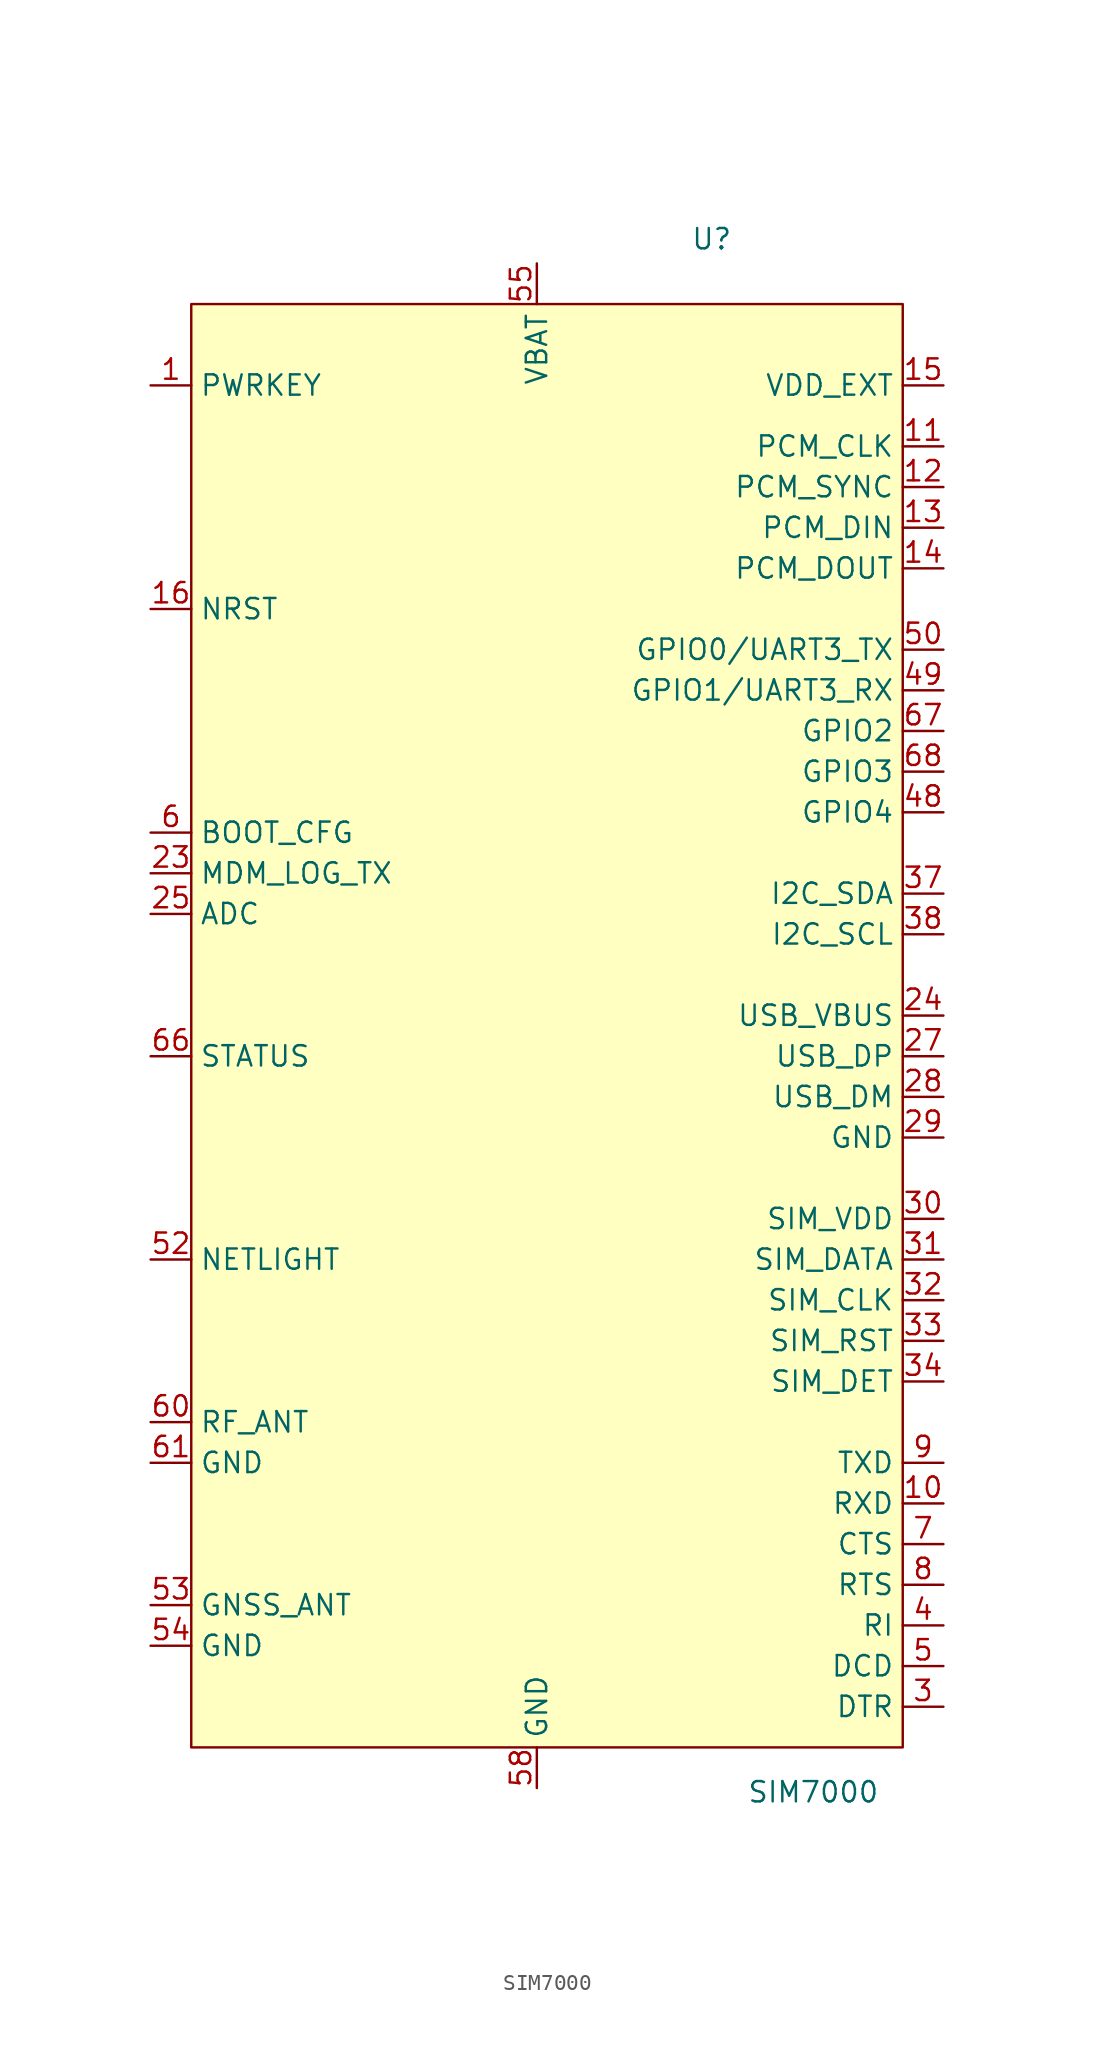
<source format=kicad_sym>
(kicad_symbol_lib
  (version 20231120)
  (generator "kicad_symbol_editor")
  (generator_version "8.0")
  (symbol "SIM7000"
    (property "Reference" "U"
      (at 22.352 6.604 0)
      (effects (font (size 1.27 1.27))))
    (property "Value" "SIM7000"
      (at 28.702 -90.424 0)
      (effects (font (size 1.27 1.27))))
    (symbol "SIM7000_1_1"
      (rectangle (start -10.16 2.54) (end 34.29 -87.63) (stroke (width 0) (type default)) (fill (type background)))
      (pin input line (at -12.7 -2.54 0) (length 2.54) (name "PWRKEY" (effects (font (size 1.27 1.27)))) (number "1" (effects (font (size 1.27 1.27)))))
      (pin input line (at 36.83 -72.39 180) (length 2.54) (name "RXD" (effects (font (size 1.27 1.27)))) (number "10" (effects (font (size 1.27 1.27)))))
      (pin input line (at 36.83 -6.35 180) (length 2.54) (name "PCM_CLK" (effects (font (size 1.27 1.27)))) (number "11" (effects (font (size 1.27 1.27)))))
      (pin input line (at 36.83 -8.89 180) (length 2.54) (name "PCM_SYNC" (effects (font (size 1.27 1.27)))) (number "12" (effects (font (size 1.27 1.27)))))
      (pin input line (at 36.83 -11.43 180) (length 2.54) (name "PCM_DIN" (effects (font (size 1.27 1.27)))) (number "13" (effects (font (size 1.27 1.27)))))
      (pin input line (at 36.83 -13.97 180) (length 2.54) (name "PCM_DOUT" (effects (font (size 1.27 1.27)))) (number "14" (effects (font (size 1.27 1.27)))))
      (pin input line (at 36.83 -2.54 180) (length 2.54) (name "VDD_EXT" (effects (font (size 1.27 1.27)))) (number "15" (effects (font (size 1.27 1.27)))))
      (pin input line (at -12.7 -16.51 0) (length 2.54) (name "NRST" (effects (font (size 1.27 1.27)))) (number "16" (effects (font (size 1.27 1.27)))))
      (pin input line (at 11.43 -90.17 90) (length 2.54) hide (name "GND" (effects (font (size 1.27 1.27)))) (number "17" (effects (font (size 1.27 1.27)))))
      (pin input line (at 11.43 -90.17 90) (length 2.54) hide (name "GND" (effects (font (size 1.27 1.27)))) (number "18" (effects (font (size 1.27 1.27)))))
      (pin no_connect line (at -12.7 -85.09 0) (length 2.54) hide (name "NC" (effects (font (size 1.27 1.27)))) (number "19" (effects (font (size 1.27 1.27)))))
      (pin input line (at 11.43 -90.17 90) (length 2.54) hide (name "GND" (effects (font (size 1.27 1.27)))) (number "2" (effects (font (size 1.27 1.27)))))
      (pin no_connect line (at -12.7 -85.09 0) (length 2.54) hide (name "NC" (effects (font (size 1.27 1.27)))) (number "20" (effects (font (size 1.27 1.27)))))
      (pin no_connect line (at -12.7 -85.09 0) (length 2.54) hide (name "NC" (effects (font (size 1.27 1.27)))) (number "21" (effects (font (size 1.27 1.27)))))
      (pin no_connect line (at -12.7 -85.09 0) (length 2.54) hide (name "NC" (effects (font (size 1.27 1.27)))) (number "22" (effects (font (size 1.27 1.27)))))
      (pin input line (at -12.7 -33.02 0) (length 2.54) (name "MDM_LOG_TX" (effects (font (size 1.27 1.27)))) (number "23" (effects (font (size 1.27 1.27)))))
      (pin input line (at 36.83 -41.91 180) (length 2.54) (name "USB_VBUS" (effects (font (size 1.27 1.27)))) (number "24" (effects (font (size 1.27 1.27)))))
      (pin input line (at -12.7 -35.56 0) (length 2.54) (name "ADC" (effects (font (size 1.27 1.27)))) (number "25" (effects (font (size 1.27 1.27)))))
      (pin no_connect line (at -12.7 -85.09 0) (length 2.54) hide (name "NC" (effects (font (size 1.27 1.27)))) (number "26" (effects (font (size 1.27 1.27)))))
      (pin input line (at 36.83 -44.45 180) (length 2.54) (name "USB_DP" (effects (font (size 1.27 1.27)))) (number "27" (effects (font (size 1.27 1.27)))))
      (pin input line (at 36.83 -46.99 180) (length 2.54) (name "USB_DM" (effects (font (size 1.27 1.27)))) (number "28" (effects (font (size 1.27 1.27)))))
      (pin input line (at 36.83 -49.53 180) (length 2.54) (name "GND" (effects (font (size 1.27 1.27)))) (number "29" (effects (font (size 1.27 1.27)))))
      (pin input line (at 36.83 -85.09 180) (length 2.54) (name "DTR" (effects (font (size 1.27 1.27)))) (number "3" (effects (font (size 1.27 1.27)))))
      (pin input line (at 36.83 -54.61 180) (length 2.54) (name "SIM_VDD" (effects (font (size 1.27 1.27)))) (number "30" (effects (font (size 1.27 1.27)))))
      (pin input line (at 36.83 -57.15 180) (length 2.54) (name "SIM_DATA" (effects (font (size 1.27 1.27)))) (number "31" (effects (font (size 1.27 1.27)))))
      (pin input line (at 36.83 -59.69 180) (length 2.54) (name "SIM_CLK" (effects (font (size 1.27 1.27)))) (number "32" (effects (font (size 1.27 1.27)))))
      (pin input line (at 36.83 -62.23 180) (length 2.54) (name "SIM_RST" (effects (font (size 1.27 1.27)))) (number "33" (effects (font (size 1.27 1.27)))))
      (pin input line (at 36.83 -64.77 180) (length 2.54) (name "SIM_DET" (effects (font (size 1.27 1.27)))) (number "34" (effects (font (size 1.27 1.27)))))
      (pin no_connect line (at -12.7 -85.09 0) (length 2.54) hide (name "NC" (effects (font (size 1.27 1.27)))) (number "35" (effects (font (size 1.27 1.27)))))
      (pin no_connect line (at -12.7 -85.09 0) (length 2.54) hide (name "NC" (effects (font (size 1.27 1.27)))) (number "36" (effects (font (size 1.27 1.27)))))
      (pin input line (at 36.83 -34.29 180) (length 2.54) (name "I2C_SDA" (effects (font (size 1.27 1.27)))) (number "37" (effects (font (size 1.27 1.27)))))
      (pin input line (at 36.83 -36.83 180) (length 2.54) (name "I2C_SCL" (effects (font (size 1.27 1.27)))) (number "38" (effects (font (size 1.27 1.27)))))
      (pin input line (at 11.43 -90.17 90) (length 2.54) hide (name "GND" (effects (font (size 1.27 1.27)))) (number "39" (effects (font (size 1.27 1.27)))))
      (pin input line (at 36.83 -80.01 180) (length 2.54) (name "RI" (effects (font (size 1.27 1.27)))) (number "4" (effects (font (size 1.27 1.27)))))
      (pin no_connect line (at -12.7 -85.09 0) (length 2.54) hide (name "NC" (effects (font (size 1.27 1.27)))) (number "40" (effects (font (size 1.27 1.27)))))
      (pin no_connect line (at -12.7 -85.09 0) (length 2.54) hide (name "NC" (effects (font (size 1.27 1.27)))) (number "41" (effects (font (size 1.27 1.27)))))
      (pin no_connect line (at -12.7 -85.09 0) (length 2.54) hide (name "NC" (effects (font (size 1.27 1.27)))) (number "42" (effects (font (size 1.27 1.27)))))
      (pin no_connect line (at -12.7 -85.09 0) (length 2.54) hide (name "NC" (effects (font (size 1.27 1.27)))) (number "43" (effects (font (size 1.27 1.27)))))
      (pin no_connect line (at -12.7 -85.09 0) (length 2.54) hide (name "NC" (effects (font (size 1.27 1.27)))) (number "44" (effects (font (size 1.27 1.27)))))
      (pin input line (at 11.43 -90.17 90) (length 2.54) hide (name "GND" (effects (font (size 1.27 1.27)))) (number "45" (effects (font (size 1.27 1.27)))))
      (pin input line (at 11.43 -90.17 90) (length 2.54) hide (name "GND" (effects (font (size 1.27 1.27)))) (number "46" (effects (font (size 1.27 1.27)))))
      (pin no_connect line (at -12.7 -85.09 0) (length 2.54) hide (name "NC" (effects (font (size 1.27 1.27)))) (number "47" (effects (font (size 1.27 1.27)))))
      (pin input line (at 36.83 -29.21 180) (length 2.54) (name "GPIO4" (effects (font (size 1.27 1.27)))) (number "48" (effects (font (size 1.27 1.27)))))
      (pin input line (at 36.83 -21.59 180) (length 2.54) (name "GPIO1/UART3_RX" (effects (font (size 1.27 1.27)))) (number "49" (effects (font (size 1.27 1.27)))))
      (pin input line (at 36.83 -82.55 180) (length 2.54) (name "DCD" (effects (font (size 1.27 1.27)))) (number "5" (effects (font (size 1.27 1.27)))))
      (pin input line (at 36.83 -19.05 180) (length 2.54) (name "GPIO0/UART3_TX" (effects (font (size 1.27 1.27)))) (number "50" (effects (font (size 1.27 1.27)))))
      (pin no_connect line (at -12.7 -85.09 0) (length 2.54) hide (name "NC" (effects (font (size 1.27 1.27)))) (number "51" (effects (font (size 1.27 1.27)))))
      (pin input line (at -12.7 -57.15 0) (length 2.54) (name "NETLIGHT" (effects (font (size 1.27 1.27)))) (number "52" (effects (font (size 1.27 1.27)))))
      (pin input line (at -12.7 -78.74 0) (length 2.54) (name "GNSS_ANT" (effects (font (size 1.27 1.27)))) (number "53" (effects (font (size 1.27 1.27)))))
      (pin input line (at -12.7 -81.28 0) (length 2.54) (name "GND" (effects (font (size 1.27 1.27)))) (number "54" (effects (font (size 1.27 1.27)))))
      (pin input line (at 11.43 5.08 270) (length 2.54) (name "VBAT" (effects (font (size 1.27 1.27)))) (number "55" (effects (font (size 1.27 1.27)))))
      (pin input line (at 11.43 5.08 270) (length 2.54) hide (name "VBAT" (effects (font (size 1.27 1.27)))) (number "56" (effects (font (size 1.27 1.27)))))
      (pin input line (at 11.43 5.08 270) (length 2.54) hide (name "VBAT" (effects (font (size 1.27 1.27)))) (number "57" (effects (font (size 1.27 1.27)))))
      (pin input line (at 11.43 -90.17 90) (length 2.54) (name "GND" (effects (font (size 1.27 1.27)))) (number "58" (effects (font (size 1.27 1.27)))))
      (pin input line (at 11.43 -90.17 90) (length 2.54) hide (name "GND" (effects (font (size 1.27 1.27)))) (number "59" (effects (font (size 1.27 1.27)))))
      (pin input line (at -12.7 -30.48 0) (length 2.54) (name "BOOT_CFG" (effects (font (size 1.27 1.27)))) (number "6" (effects (font (size 1.27 1.27)))))
      (pin input line (at -12.7 -67.31 0) (length 2.54) (name "RF_ANT" (effects (font (size 1.27 1.27)))) (number "60" (effects (font (size 1.27 1.27)))))
      (pin input line (at -12.7 -69.85 0) (length 2.54) (name "GND" (effects (font (size 1.27 1.27)))) (number "61" (effects (font (size 1.27 1.27)))))
      (pin input line (at 11.43 -90.17 90) (length 2.54) hide (name "GND" (effects (font (size 1.27 1.27)))) (number "62" (effects (font (size 1.27 1.27)))))
      (pin input line (at 11.43 -90.17 90) (length 2.54) hide (name "GND" (effects (font (size 1.27 1.27)))) (number "63" (effects (font (size 1.27 1.27)))))
      (pin input line (at 11.43 -90.17 90) (length 2.54) hide (name "GND" (effects (font (size 1.27 1.27)))) (number "64" (effects (font (size 1.27 1.27)))))
      (pin input line (at 11.43 -90.17 90) (length 2.54) hide (name "GND" (effects (font (size 1.27 1.27)))) (number "65" (effects (font (size 1.27 1.27)))))
      (pin input line (at -12.7 -44.45 0) (length 2.54) (name "STATUS" (effects (font (size 1.27 1.27)))) (number "66" (effects (font (size 1.27 1.27)))))
      (pin input line (at 36.83 -24.13 180) (length 2.54) (name "GPIO2" (effects (font (size 1.27 1.27)))) (number "67" (effects (font (size 1.27 1.27)))))
      (pin input line (at 36.83 -26.67 180) (length 2.54) (name "GPIO3" (effects (font (size 1.27 1.27)))) (number "68" (effects (font (size 1.27 1.27)))))
      (pin input line (at 36.83 -74.93 180) (length 2.54) (name "CTS" (effects (font (size 1.27 1.27)))) (number "7" (effects (font (size 1.27 1.27)))))
      (pin input line (at 36.83 -77.47 180) (length 2.54) (name "RTS" (effects (font (size 1.27 1.27)))) (number "8" (effects (font (size 1.27 1.27)))))
      (pin input line (at 36.83 -69.85 180) (length 2.54) (name "TXD" (effects (font (size 1.27 1.27)))) (number "9" (effects (font (size 1.27 1.27))))))))
</source>
